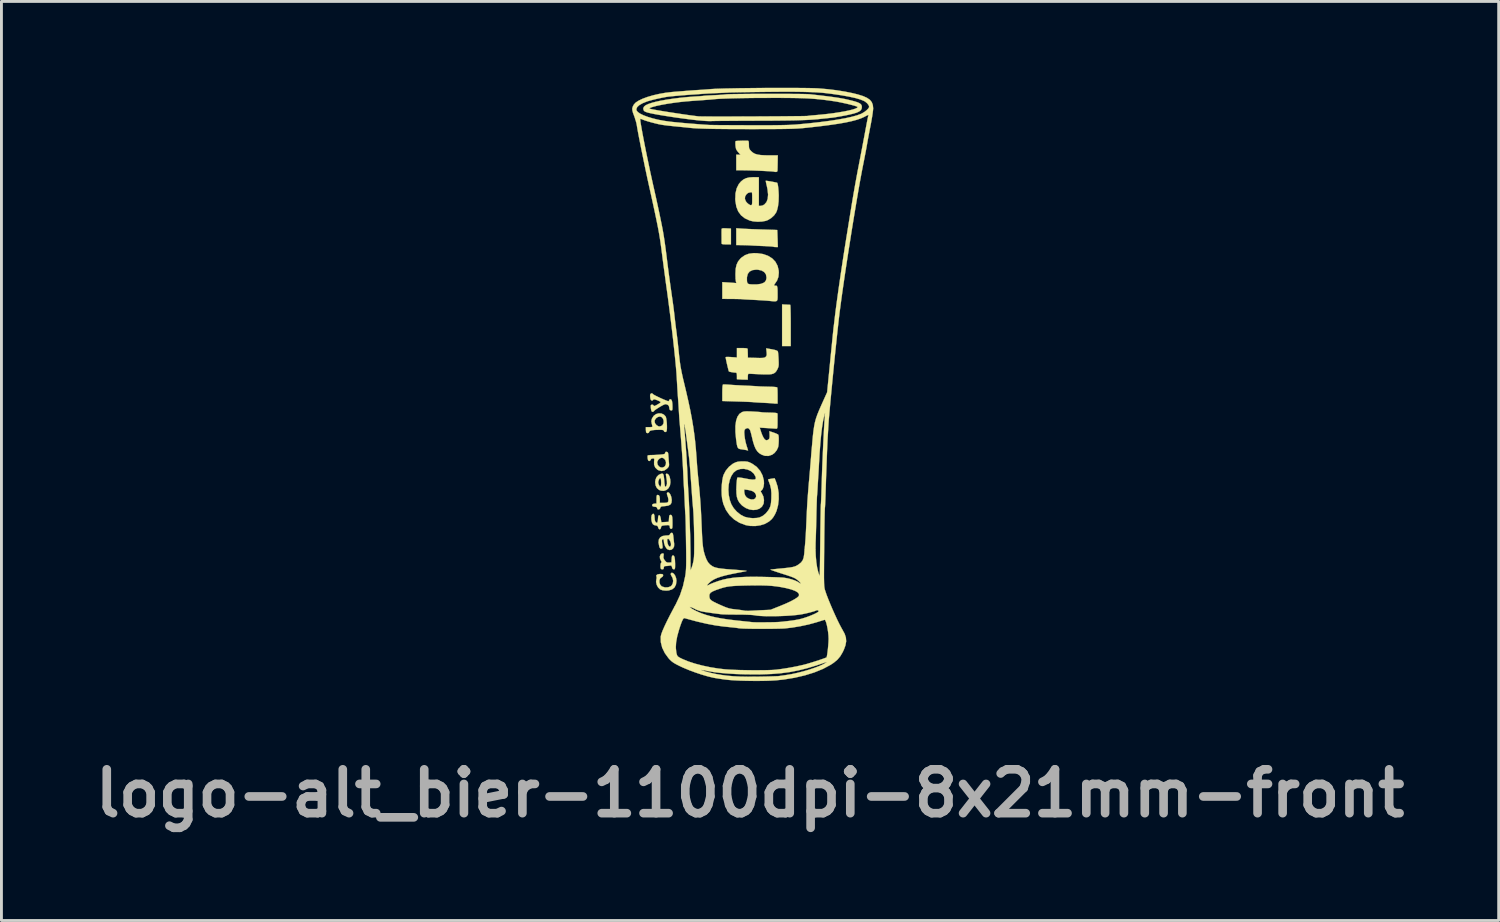
<source format=kicad_pcb>
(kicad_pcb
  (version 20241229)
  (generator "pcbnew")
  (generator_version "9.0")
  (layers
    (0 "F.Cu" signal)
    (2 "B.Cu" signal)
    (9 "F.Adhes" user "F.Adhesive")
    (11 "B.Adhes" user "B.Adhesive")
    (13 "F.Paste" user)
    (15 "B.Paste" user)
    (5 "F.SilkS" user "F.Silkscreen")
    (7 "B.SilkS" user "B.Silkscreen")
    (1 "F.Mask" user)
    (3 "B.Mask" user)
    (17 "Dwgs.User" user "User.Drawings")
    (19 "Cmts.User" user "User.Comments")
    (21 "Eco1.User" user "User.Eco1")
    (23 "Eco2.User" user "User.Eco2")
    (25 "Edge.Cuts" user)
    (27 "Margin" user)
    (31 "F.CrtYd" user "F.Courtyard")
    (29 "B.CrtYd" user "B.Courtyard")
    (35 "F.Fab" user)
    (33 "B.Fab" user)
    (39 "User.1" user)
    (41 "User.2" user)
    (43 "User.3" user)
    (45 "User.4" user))
  (footprint "logo-alt_bier-1100dpi-8x21mm-front"
    (layer "F.Cu")
    (at 23.087 10.291)
    (property "Reference" "logo-alt_bier-1100dpi-8x21mm-front" (at -0.075 14.225 0) (layer "F.Fab") (effects (font (size 1.524 1.524) (thickness 0.3))))
    (attr through_hole)
    (fp_poly (pts (xy 1.172 -2.757) (xy 1.247 -2.754) (xy 1.302 -2.751) (xy 1.322 -2.75) (xy 1.326 -2.727) (xy 1.33 -2.664) (xy 1.333 -2.565) (xy 1.336 -2.438) (xy 1.338 -2.286) (xy 1.339 -2.116) (xy 1.339 -2.032) (xy 1.339 -1.316) (xy 1.039 -1.316) (xy 1.039 -2.763) (xy 1.172 -2.757)) (stroke (width 0.01) (type solid)) (fill yes) (layer "F.SilkS"))
    (fp_poly (pts (xy -0.901 -5.407) (xy -0.739 -5.399) (xy -0.739 -4.849) (xy -0.901 -4.849) (xy -0.995 -4.852) (xy -1.048 -4.862) (xy -1.063 -4.878) (xy -1.064 -4.924) (xy -1.064 -5) (xy -1.064 -5.093) (xy -1.065 -5.191) (xy -1.065 -5.279) (xy -1.064 -5.347) (xy -1.064 -5.38) (xy -1.055 -5.398) (xy -1.023 -5.408) (xy -0.96 -5.409) (xy -0.901 -5.407)) (stroke (width 0.01) (type solid)) (fill yes) (layer "F.SilkS"))
    (fp_poly (pts (xy -0.341 -5.395) (xy -0.251 -5.39) (xy -0.125 -5.384) (xy 0.024 -5.377) (xy 0.186 -5.372) (xy 0.35 -5.366) (xy 0.369 -5.366) (xy 0.515 -5.361) (xy 0.645 -5.357) (xy 0.751 -5.354) (xy 0.827 -5.351) (xy 0.865 -5.349) (xy 0.869 -5.349) (xy 0.871 -5.326) (xy 0.874 -5.266) (xy 0.877 -5.177) (xy 0.881 -5.068) (xy 0.882 -5.051) (xy 0.891 -4.757) (xy 0.819 -4.757) (xy 0.765 -4.76) (xy 0.736 -4.767) (xy 0.736 -4.767) (xy 0.71 -4.772) (xy 0.647 -4.778) (xy 0.554 -4.784) (xy 0.44 -4.79) (xy 0.38 -4.792) (xy 0.247 -4.798) (xy 0.121 -4.804) (xy 0.013 -4.809) (xy -0.064 -4.814) (xy -0.081 -4.815) (xy -0.164 -4.819) (xy -0.27 -4.822) (xy -0.375 -4.824) (xy -0.554 -4.826) (xy -0.554 -5.41) (xy -0.341 -5.395)) (stroke (width 0.01) (type solid)) (fill yes) (layer "F.SilkS"))
    (fp_poly (pts (xy -2.778 6.562) (xy -2.725 6.593) (xy -2.679 6.658) (xy -2.646 6.743) (xy -2.632 6.835) (xy -2.632 6.839) (xy -2.649 6.971) (xy -2.7 7.071) (xy -2.785 7.139) (xy -2.902 7.175) (xy -2.99 7.181) (xy -3.109 7.171) (xy -3.195 7.141) (xy -3.201 7.137) (xy -3.27 7.071) (xy -3.318 6.98) (xy -3.34 6.881) (xy -3.332 6.802) (xy -3.32 6.741) (xy -3.325 6.697) (xy -3.327 6.694) (xy -3.333 6.653) (xy -3.299 6.622) (xy -3.231 6.606) (xy -3.195 6.604) (xy -3.131 6.607) (xy -3.102 6.62) (xy -3.094 6.649) (xy -3.094 6.651) (xy -3.115 6.697) (xy -3.15 6.719) (xy -3.199 6.759) (xy -3.223 6.824) (xy -3.223 6.899) (xy -3.199 6.972) (xy -3.152 7.027) (xy -3.133 7.039) (xy -3.034 7.069) (xy -2.932 7.068) (xy -2.842 7.038) (xy -2.804 7.009) (xy -2.76 6.935) (xy -2.746 6.843) (xy -2.763 6.749) (xy -2.796 6.687) (xy -2.827 6.631) (xy -2.828 6.586) (xy -2.802 6.562) (xy -2.778 6.562)) (stroke (width 0.01) (type solid)) (fill yes) (layer "F.SilkS"))
    (fp_poly (pts (xy -2.88 3.79) (xy -2.843 3.844) (xy -2.814 3.92) (xy -2.798 4.009) (xy -2.796 4.044) (xy -2.806 4.131) (xy -2.845 4.191) (xy -2.916 4.227) (xy -3.027 4.244) (xy -3.032 4.244) (xy -3.115 4.251) (xy -3.162 4.262) (xy -3.184 4.279) (xy -3.191 4.303) (xy -3.212 4.343) (xy -3.248 4.362) (xy -3.283 4.357) (xy -3.302 4.326) (xy -3.302 4.321) (xy -3.312 4.289) (xy -3.349 4.272) (xy -3.389 4.267) (xy -3.448 4.257) (xy -3.472 4.235) (xy -3.475 4.214) (xy -3.463 4.179) (xy -3.42 4.163) (xy -3.4 4.161) (xy -3.325 4.153) (xy -3.325 4.005) (xy -3.323 3.924) (xy -3.317 3.879) (xy -3.302 3.86) (xy -3.281 3.856) (xy -3.243 3.868) (xy -3.22 3.91) (xy -3.21 3.986) (xy -3.21 4.031) (xy -3.21 4.133) (xy -3.096 4.133) (xy -3.022 4.131) (xy -2.963 4.124) (xy -2.946 4.119) (xy -2.918 4.086) (xy -2.911 4.022) (xy -2.926 3.939) (xy -2.945 3.886) (xy -2.965 3.818) (xy -2.958 3.78) (xy -2.956 3.778) (xy -2.919 3.765) (xy -2.88 3.79)) (stroke (width 0.01) (type solid)) (fill yes) (layer "F.SilkS"))
    (fp_poly (pts (xy -3.094 3.133) (xy -3.076 3.184) (xy -3.064 3.274) (xy -3.058 3.348) (xy -3.05 3.445) (xy -3.039 3.522) (xy -3.029 3.569) (xy -3.023 3.579) (xy -2.998 3.561) (xy -2.977 3.53) (xy -2.962 3.472) (xy -2.964 3.379) (xy -2.982 3.249) (xy -2.993 3.19) (xy -3 3.139) (xy -2.988 3.12) (xy -2.953 3.121) (xy -2.908 3.15) (xy -2.872 3.217) (xy -2.849 3.315) (xy -2.842 3.413) (xy -2.858 3.528) (xy -2.907 3.62) (xy -2.98 3.684) (xy -3.07 3.715) (xy -3.171 3.708) (xy -3.238 3.681) (xy -3.311 3.618) (xy -3.355 3.53) (xy -3.371 3.429) (xy -3.368 3.397) (xy -3.266 3.397) (xy -3.264 3.447) (xy -3.246 3.498) (xy -3.214 3.56) (xy -3.189 3.576) (xy -3.173 3.547) (xy -3.164 3.475) (xy -3.163 3.43) (xy -3.168 3.335) (xy -3.181 3.281) (xy -3.202 3.269) (xy -3.229 3.302) (xy -3.245 3.335) (xy -3.266 3.397) (xy -3.368 3.397) (xy -3.36 3.327) (xy -3.322 3.235) (xy -3.256 3.165) (xy -3.233 3.152) (xy -3.168 3.122) (xy -3.123 3.113) (xy -3.094 3.133)) (stroke (width 0.01) (type solid)) (fill yes) (layer "F.SilkS"))
    (fp_poly (pts (xy -3.082 5.894) (xy -3.075 5.922) (xy -3.081 5.971) (xy -3.086 6.034) (xy -3.067 6.088) (xy -3.036 6.134) (xy -2.99 6.185) (xy -2.948 6.206) (xy -2.89 6.207) (xy -2.806 6.2) (xy -2.799 6.079) (xy -2.792 6.006) (xy -2.778 5.969) (xy -2.755 5.958) (xy -2.75 5.957) (xy -2.719 5.974) (xy -2.698 6.024) (xy -2.685 6.113) (xy -2.679 6.243) (xy -2.679 6.287) (xy -2.68 6.37) (xy -2.686 6.416) (xy -2.699 6.437) (xy -2.724 6.442) (xy -2.725 6.442) (xy -2.764 6.427) (xy -2.785 6.375) (xy -2.786 6.371) (xy -2.801 6.322) (xy -2.828 6.308) (xy -2.869 6.313) (xy -2.945 6.324) (xy -3.005 6.327) (xy -3.053 6.334) (xy -3.07 6.363) (xy -3.071 6.385) (xy -3.083 6.431) (xy -3.113 6.442) (xy -3.157 6.435) (xy -3.171 6.427) (xy -3.183 6.392) (xy -3.187 6.335) (xy -3.183 6.272) (xy -3.172 6.223) (xy -3.159 6.206) (xy -3.147 6.187) (xy -3.169 6.143) (xy -3.171 6.141) (xy -3.204 6.067) (xy -3.209 5.994) (xy -3.188 5.932) (xy -3.144 5.895) (xy -3.11 5.888) (xy -3.082 5.894)) (stroke (width 0.01) (type solid)) (fill yes) (layer "F.SilkS"))
    (fp_poly (pts (xy -0.914 0.019) (xy -0.827 0.024) (xy -0.803 0.026) (xy -0.713 0.033) (xy -0.59 0.041) (xy -0.449 0.048) (xy -0.302 0.056) (xy -0.245 0.058) (xy -0.113 0.064) (xy 0.007 0.07) (xy 0.106 0.076) (xy 0.175 0.08) (xy 0.196 0.082) (xy 0.246 0.086) (xy 0.33 0.089) (xy 0.437 0.092) (xy 0.555 0.095) (xy 0.561 0.095) (xy 0.673 0.098) (xy 0.767 0.103) (xy 0.836 0.111) (xy 0.868 0.119) (xy 0.869 0.12) (xy 0.874 0.151) (xy 0.879 0.218) (xy 0.881 0.31) (xy 0.882 0.412) (xy 0.882 0.681) (xy 0.823 0.684) (xy 0.776 0.683) (xy 0.756 0.679) (xy 0.732 0.676) (xy 0.67 0.671) (xy 0.579 0.665) (xy 0.467 0.659) (xy 0.427 0.657) (xy 0.304 0.651) (xy 0.195 0.645) (xy 0.108 0.639) (xy 0.054 0.635) (xy 0.047 0.634) (xy 0.008 0.63) (xy -0.07 0.626) (xy -0.178 0.621) (xy -0.311 0.616) (xy -0.459 0.611) (xy -0.524 0.609) (xy -1.039 0.593) (xy -1.039 0.31) (xy -1.037 0.175) (xy -1.031 0.08) (xy -1.021 0.028) (xy -1.014 0.019) (xy -0.98 0.017) (xy -0.914 0.019)) (stroke (width 0.01) (type solid)) (fill yes) (layer "F.SilkS"))
    (fp_poly (pts (xy -0.165 -8.453) (xy -0.156 -8.453) (xy -0.133 -8.445) (xy -0.121 -8.416) (xy -0.116 -8.357) (xy -0.115 -8.31) (xy -0.113 -8.229) (xy -0.102 -8.175) (xy -0.074 -8.131) (xy -0.029 -8.082) (xy 0.031 -8.032) (xy 0.1 -7.995) (xy 0.187 -7.97) (xy 0.298 -7.953) (xy 0.442 -7.945) (xy 0.596 -7.943) (xy 0.889 -7.943) (xy 0.885 -7.707) (xy 0.883 -7.601) (xy 0.881 -7.508) (xy 0.879 -7.441) (xy 0.879 -7.418) (xy 0.865 -7.377) (xy 0.824 -7.366) (xy 0.778 -7.37) (xy 0.76 -7.375) (xy 0.734 -7.38) (xy 0.67 -7.386) (xy 0.574 -7.392) (xy 0.456 -7.398) (xy 0.321 -7.405) (xy 0.179 -7.411) (xy 0.036 -7.416) (xy -0.1 -7.42) (xy -0.221 -7.423) (xy -0.318 -7.424) (xy -0.554 -7.424) (xy -0.554 -7.695) (xy -0.554 -7.966) (xy -0.407 -7.966) (xy -0.466 -8.03) (xy -0.515 -8.088) (xy -0.552 -8.145) (xy -0.554 -8.148) (xy -0.568 -8.195) (xy -0.579 -8.264) (xy -0.584 -8.338) (xy -0.584 -8.401) (xy -0.576 -8.437) (xy -0.575 -8.438) (xy -0.55 -8.443) (xy -0.491 -8.447) (xy -0.41 -8.45) (xy -0.321 -8.453) (xy -0.235 -8.454) (xy -0.165 -8.453)) (stroke (width 0.01) (type solid)) (fill yes) (layer "F.SilkS"))
    (fp_poly (pts (xy -2.773 5.179) (xy -2.757 5.204) (xy -2.746 5.259) (xy -2.739 5.317) (xy -2.729 5.412) (xy -2.718 5.505) (xy -2.712 5.554) (xy -2.715 5.643) (xy -2.748 5.713) (xy -2.802 5.758) (xy -2.868 5.772) (xy -2.937 5.75) (xy -2.975 5.719) (xy -3.028 5.636) (xy -3.062 5.53) (xy -3.071 5.445) (xy -3.075 5.418) (xy -2.954 5.418) (xy -2.95 5.481) (xy -2.95 5.484) (xy -2.933 5.563) (xy -2.906 5.621) (xy -2.875 5.652) (xy -2.846 5.651) (xy -2.826 5.614) (xy -2.822 5.594) (xy -2.825 5.536) (xy -2.847 5.47) (xy -2.878 5.414) (xy -2.913 5.382) (xy -2.923 5.38) (xy -2.946 5.388) (xy -2.954 5.418) (xy -3.075 5.418) (xy -3.077 5.401) (xy -3.1 5.393) (xy -3.109 5.396) (xy -3.131 5.414) (xy -3.137 5.454) (xy -3.132 5.516) (xy -3.122 5.592) (xy -3.114 5.654) (xy -3.112 5.669) (xy -3.122 5.709) (xy -3.156 5.722) (xy -3.192 5.718) (xy -3.216 5.687) (xy -3.231 5.641) (xy -3.255 5.508) (xy -3.243 5.404) (xy -3.196 5.33) (xy -3.113 5.284) (xy -2.993 5.265) (xy -2.966 5.265) (xy -2.901 5.26) (xy -2.868 5.243) (xy -2.857 5.219) (xy -2.827 5.18) (xy -2.799 5.172) (xy -2.773 5.179)) (stroke (width 0.01) (type solid)) (fill yes) (layer "F.SilkS"))
    (fp_poly (pts (xy -3.416 4.522) (xy -3.398 4.574) (xy -3.394 4.633) (xy -3.385 4.73) (xy -3.361 4.796) (xy -3.322 4.825) (xy -3.314 4.826) (xy -3.293 4.811) (xy -3.28 4.76) (xy -3.274 4.693) (xy -3.267 4.613) (xy -3.253 4.572) (xy -3.233 4.56) (xy -3.207 4.58) (xy -3.185 4.641) (xy -3.177 4.683) (xy -3.157 4.805) (xy -3.027 4.798) (xy -2.898 4.791) (xy -2.891 4.67) (xy -2.884 4.598) (xy -2.871 4.561) (xy -2.847 4.549) (xy -2.841 4.549) (xy -2.811 4.555) (xy -2.791 4.579) (xy -2.779 4.628) (xy -2.773 4.709) (xy -2.771 4.828) (xy -2.772 4.926) (xy -2.775 4.987) (xy -2.784 5.019) (xy -2.799 5.032) (xy -2.817 5.034) (xy -2.854 5.02) (xy -2.863 4.977) (xy -2.868 4.935) (xy -2.887 4.912) (xy -2.93 4.904) (xy -3.008 4.909) (xy -3.031 4.911) (xy -3.105 4.921) (xy -3.145 4.934) (xy -3.163 4.958) (xy -3.168 4.985) (xy -3.187 5.038) (xy -3.22 5.053) (xy -3.252 5.028) (xy -3.267 4.989) (xy -3.286 4.938) (xy -3.322 4.92) (xy -3.346 4.918) (xy -3.41 4.902) (xy -3.452 4.872) (xy -3.483 4.814) (xy -3.501 4.732) (xy -3.506 4.644) (xy -3.495 4.57) (xy -3.481 4.54) (xy -3.444 4.509) (xy -3.416 4.522)) (stroke (width 0.01) (type solid)) (fill yes) (layer "F.SilkS"))
    (fp_poly (pts (xy -3.154 1.027) (xy -3.069 1.066) (xy -3.01 1.128) (xy -2.992 1.177) (xy -2.978 1.256) (xy -2.968 1.353) (xy -2.963 1.453) (xy -2.963 1.546) (xy -2.97 1.618) (xy -2.982 1.655) (xy -3.019 1.672) (xy -3.056 1.658) (xy -3.071 1.625) (xy -3.084 1.607) (xy -3.127 1.597) (xy -3.208 1.593) (xy -3.218 1.593) (xy -3.372 1.597) (xy -3.483 1.609) (xy -3.551 1.63) (xy -3.578 1.659) (xy -3.579 1.666) (xy -3.597 1.699) (xy -3.637 1.71) (xy -3.678 1.695) (xy -3.679 1.693) (xy -3.689 1.662) (xy -3.694 1.604) (xy -3.695 1.589) (xy -3.695 1.501) (xy -3.576 1.501) (xy -3.508 1.499) (xy -3.475 1.492) (xy -3.468 1.472) (xy -3.473 1.449) (xy -3.496 1.355) (xy -3.5 1.305) (xy -3.394 1.305) (xy -3.374 1.371) (xy -3.325 1.431) (xy -3.26 1.471) (xy -3.222 1.478) (xy -3.162 1.462) (xy -3.117 1.432) (xy -3.081 1.366) (xy -3.076 1.286) (xy -3.099 1.208) (xy -3.149 1.15) (xy -3.15 1.149) (xy -3.212 1.132) (xy -3.28 1.149) (xy -3.341 1.192) (xy -3.383 1.253) (xy -3.394 1.305) (xy -3.5 1.305) (xy -3.502 1.286) (xy -3.491 1.226) (xy -3.479 1.194) (xy -3.421 1.106) (xy -3.341 1.048) (xy -3.249 1.021) (xy -3.154 1.027)) (stroke (width 0.01) (type solid)) (fill yes) (layer "F.SilkS"))
    (fp_poly (pts (xy -2.941 2.37) (xy -2.924 2.399) (xy -2.915 2.459) (xy -2.914 2.482) (xy -2.907 2.576) (xy -2.899 2.682) (xy -2.894 2.731) (xy -2.889 2.808) (xy -2.895 2.857) (xy -2.919 2.897) (xy -2.963 2.944) (xy -3.054 3.008) (xy -3.153 3.026) (xy -3.256 2.999) (xy -3.294 2.978) (xy -3.371 2.903) (xy -3.409 2.804) (xy -3.409 2.731) (xy -3.302 2.731) (xy -3.284 2.809) (xy -3.239 2.868) (xy -3.176 2.901) (xy -3.107 2.904) (xy -3.044 2.871) (xy -3.035 2.862) (xy -3 2.795) (xy -2.996 2.719) (xy -3.019 2.647) (xy -3.064 2.591) (xy -3.127 2.564) (xy -3.14 2.563) (xy -3.206 2.583) (xy -3.264 2.634) (xy -3.298 2.701) (xy -3.302 2.731) (xy -3.409 2.731) (xy -3.409 2.689) (xy -3.402 2.626) (xy -3.408 2.596) (xy -3.432 2.587) (xy -3.455 2.586) (xy -3.508 2.602) (xy -3.526 2.632) (xy -3.553 2.67) (xy -3.579 2.679) (xy -3.61 2.664) (xy -3.628 2.615) (xy -3.631 2.592) (xy -3.636 2.531) (xy -3.634 2.492) (xy -3.632 2.488) (xy -3.606 2.478) (xy -3.548 2.472) (xy -3.5 2.471) (xy -3.413 2.469) (xy -3.305 2.463) (xy -3.202 2.456) (xy -3.111 2.447) (xy -3.058 2.436) (xy -3.032 2.422) (xy -3.025 2.4) (xy -3.025 2.396) (xy -3.013 2.363) (xy -2.973 2.359) (xy -2.941 2.37)) (stroke (width 0.01) (type solid)) (fill yes) (layer "F.SilkS"))
    (fp_poly (pts (xy -3.47 0.331) (xy -3.447 0.355) (xy -3.421 0.374) (xy -3.362 0.406) (xy -3.281 0.446) (xy -3.189 0.49) (xy -3.095 0.532) (xy -3.011 0.567) (xy -2.945 0.592) (xy -2.911 0.6) (xy -2.889 0.582) (xy -2.886 0.566) (xy -2.867 0.537) (xy -2.843 0.531) (xy -2.809 0.548) (xy -2.786 0.601) (xy -2.774 0.694) (xy -2.771 0.801) (xy -2.772 0.873) (xy -2.78 0.91) (xy -2.799 0.921) (xy -2.823 0.919) (xy -2.86 0.904) (xy -2.877 0.864) (xy -2.882 0.828) (xy -2.895 0.765) (xy -2.929 0.729) (xy -2.956 0.716) (xy -2.991 0.704) (xy -3.025 0.704) (xy -3.069 0.72) (xy -3.134 0.753) (xy -3.211 0.797) (xy -3.294 0.849) (xy -3.361 0.894) (xy -3.402 0.928) (xy -3.41 0.939) (xy -3.441 0.966) (xy -3.463 0.97) (xy -3.491 0.957) (xy -3.509 0.914) (xy -3.518 0.864) (xy -3.524 0.796) (xy -3.523 0.747) (xy -3.52 0.737) (xy -3.486 0.717) (xy -3.445 0.727) (xy -3.426 0.75) (xy -3.411 0.766) (xy -3.381 0.762) (xy -3.326 0.735) (xy -3.305 0.723) (xy -3.228 0.678) (xy -3.189 0.647) (xy -3.186 0.625) (xy -3.218 0.603) (xy -3.268 0.579) (xy -3.36 0.543) (xy -3.417 0.533) (xy -3.44 0.547) (xy -3.441 0.554) (xy -3.46 0.573) (xy -3.484 0.577) (xy -3.516 0.564) (xy -3.535 0.519) (xy -3.541 0.487) (xy -3.548 0.419) (xy -3.544 0.367) (xy -3.542 0.36) (xy -3.511 0.327) (xy -3.47 0.331)) (stroke (width 0.01) (type solid)) (fill yes) (layer "F.SilkS"))
    (fp_poly (pts (xy -0.244 -1.244) (xy -0.184 -1.236) (xy -0.16 -1.221) (xy -0.159 -1.218) (xy -0.157 -1.181) (xy -0.155 -1.113) (xy -0.153 -1.051) (xy -0.15 -0.912) (xy 0.135 -0.905) (xy 0.257 -0.902) (xy 0.342 -0.903) (xy 0.399 -0.909) (xy 0.436 -0.919) (xy 0.462 -0.935) (xy 0.467 -0.939) (xy 0.493 -0.971) (xy 0.505 -1.012) (xy 0.503 -1.078) (xy 0.5 -1.11) (xy 0.487 -1.238) (xy 0.681 -1.204) (xy 0.794 -1.18) (xy 0.863 -1.156) (xy 0.89 -1.133) (xy 0.898 -1.096) (xy 0.905 -1.024) (xy 0.912 -0.929) (xy 0.916 -0.854) (xy 0.92 -0.742) (xy 0.92 -0.664) (xy 0.913 -0.607) (xy 0.897 -0.558) (xy 0.874 -0.508) (xy 0.835 -0.441) (xy 0.792 -0.393) (xy 0.738 -0.36) (xy 0.666 -0.34) (xy 0.569 -0.331) (xy 0.438 -0.331) (xy 0.312 -0.335) (xy 0.185 -0.341) (xy 0.071 -0.346) (xy -0.02 -0.351) (xy -0.079 -0.354) (xy -0.092 -0.354) (xy -0.128 -0.352) (xy -0.145 -0.333) (xy -0.152 -0.283) (xy -0.152 -0.254) (xy -0.155 -0.15) (xy -0.245 -0.15) (xy -0.33 -0.152) (xy -0.422 -0.156) (xy -0.433 -0.157) (xy -0.531 -0.164) (xy -0.531 -0.278) (xy -0.534 -0.348) (xy -0.546 -0.383) (xy -0.57 -0.393) (xy -0.572 -0.393) (xy -0.639 -0.398) (xy -0.712 -0.409) (xy -0.774 -0.421) (xy -0.809 -0.434) (xy -0.81 -0.435) (xy -0.819 -0.461) (xy -0.835 -0.521) (xy -0.855 -0.603) (xy -0.877 -0.695) (xy -0.897 -0.786) (xy -0.913 -0.863) (xy -0.922 -0.916) (xy -0.924 -0.93) (xy -0.902 -0.937) (xy -0.846 -0.939) (xy -0.764 -0.936) (xy -0.727 -0.933) (xy -0.531 -0.919) (xy -0.531 -1.247) (xy -0.346 -1.247) (xy -0.244 -1.244)) (stroke (width 0.01) (type solid)) (fill yes) (layer "F.SilkS"))
    (fp_poly (pts (xy 0.156 -7.184) (xy 0.231 -7.181) (xy 0.231 -6.188) (xy 0.297 -6.188) (xy 0.364 -6.203) (xy 0.421 -6.234) (xy 0.496 -6.319) (xy 0.539 -6.434) (xy 0.552 -6.579) (xy 0.533 -6.757) (xy 0.51 -6.869) (xy 0.49 -6.955) (xy 0.476 -7.021) (xy 0.471 -7.056) (xy 0.471 -7.06) (xy 0.495 -7.059) (xy 0.551 -7.051) (xy 0.626 -7.039) (xy 0.709 -7.024) (xy 0.785 -7.009) (xy 0.843 -6.997) (xy 0.869 -6.99) (xy 0.869 -6.989) (xy 0.882 -6.955) (xy 0.896 -6.885) (xy 0.907 -6.789) (xy 0.916 -6.678) (xy 0.922 -6.562) (xy 0.922 -6.548) (xy 0.917 -6.349) (xy 0.896 -6.172) (xy 0.86 -6.026) (xy 0.83 -5.955) (xy 0.759 -5.855) (xy 0.657 -5.763) (xy 0.54 -5.693) (xy 0.476 -5.668) (xy 0.341 -5.643) (xy 0.187 -5.636) (xy 0.036 -5.649) (xy -0.085 -5.677) (xy -0.254 -5.755) (xy -0.387 -5.86) (xy -0.486 -5.994) (xy -0.551 -6.158) (xy -0.584 -6.355) (xy -0.588 -6.408) (xy -0.587 -6.429) (xy -0.254 -6.429) (xy -0.218 -6.341) (xy -0.175 -6.29) (xy -0.119 -6.243) (xy -0.066 -6.215) (xy -0.048 -6.211) (xy -0.027 -6.214) (xy -0.012 -6.228) (xy -0.004 -6.261) (xy -0.001 -6.321) (xy -0.000017 -6.418) (xy 0 -6.445) (xy -0.001 -6.551) (xy -0.004 -6.618) (xy -0.011 -6.654) (xy -0.023 -6.666) (xy -0.037 -6.664) (xy -0.089 -6.651) (xy -0.107 -6.65) (xy -0.145 -6.635) (xy -0.193 -6.598) (xy -0.197 -6.594) (xy -0.247 -6.515) (xy -0.254 -6.429) (xy -0.587 -6.429) (xy -0.581 -6.619) (xy -0.539 -6.799) (xy -0.463 -6.949) (xy -0.389 -7.036) (xy -0.305 -7.103) (xy -0.213 -7.149) (xy -0.103 -7.175) (xy 0.036 -7.185) (xy 0.156 -7.184)) (stroke (width 0.01) (type solid)) (fill yes) (layer "F.SilkS"))
    (fp_poly (pts (xy 0.171 -4.543) (xy 0.374 -4.514) (xy 0.549 -4.453) (xy 0.694 -4.363) (xy 0.806 -4.246) (xy 0.882 -4.104) (xy 0.92 -3.941) (xy 0.924 -3.867) (xy 0.91 -3.72) (xy 0.864 -3.595) (xy 0.804 -3.504) (xy 0.766 -3.449) (xy 0.763 -3.42) (xy 0.795 -3.413) (xy 0.824 -3.415) (xy 0.849 -3.411) (xy 0.866 -3.386) (xy 0.876 -3.335) (xy 0.881 -3.25) (xy 0.882 -3.126) (xy 0.882 -3.12) (xy 0.882 -3.012) (xy 0.878 -2.939) (xy 0.862 -2.894) (xy 0.828 -2.874) (xy 0.767 -2.87) (xy 0.673 -2.878) (xy 0.589 -2.887) (xy 0.497 -2.895) (xy 0.374 -2.903) (xy 0.233 -2.912) (xy 0.089 -2.92) (xy 0.046 -2.922) (xy -0.08 -2.928) (xy -0.191 -2.934) (xy -0.279 -2.939) (xy -0.334 -2.944) (xy -0.346 -2.945) (xy -0.381 -2.948) (xy -0.453 -2.95) (xy -0.552 -2.952) (xy -0.669 -2.954) (xy -0.71 -2.954) (xy -1.039 -2.956) (xy -1.039 -3.538) (xy -0.794 -3.522) (xy -0.55 -3.505) (xy -0.566 -3.556) (xy -0.573 -3.601) (xy -0.578 -3.667) (xy -0.184 -3.667) (xy -0.182 -3.57) (xy -0.169 -3.511) (xy -0.138 -3.478) (xy -0.082 -3.464) (xy -0.015 -3.459) (xy 0.166 -3.459) (xy 0.305 -3.478) (xy 0.404 -3.518) (xy 0.437 -3.543) (xy 0.479 -3.601) (xy 0.495 -3.671) (xy 0.496 -3.704) (xy 0.477 -3.808) (xy 0.418 -3.888) (xy 0.325 -3.942) (xy 0.199 -3.969) (xy 0.138 -3.972) (xy 0.008 -3.955) (xy -0.089 -3.907) (xy -0.153 -3.826) (xy -0.182 -3.715) (xy -0.184 -3.667) (xy -0.578 -3.667) (xy -0.579 -3.679) (xy -0.582 -3.777) (xy -0.582 -3.831) (xy -0.574 -4.003) (xy -0.544 -4.141) (xy -0.491 -4.255) (xy -0.41 -4.355) (xy -0.374 -4.389) (xy -0.253 -4.473) (xy -0.116 -4.524) (xy 0.046 -4.545) (xy 0.171 -4.543)) (stroke (width 0.01) (type solid)) (fill yes) (layer "F.SilkS"))
    (fp_poly (pts (xy -0.067 0.955) (xy 0.021 0.959) (xy 0.132 0.966) (xy 0.226 0.972) (xy 0.293 0.978) (xy 0.324 0.983) (xy 0.325 0.983) (xy 0.352 0.987) (xy 0.416 0.99) (xy 0.506 0.994) (xy 0.608 0.996) (xy 0.726 1) (xy 0.804 1.005) (xy 0.851 1.013) (xy 0.874 1.024) (xy 0.879 1.038) (xy 0.88 1.075) (xy 0.88 1.147) (xy 0.88 1.242) (xy 0.88 1.316) (xy 0.879 1.425) (xy 0.876 1.495) (xy 0.869 1.535) (xy 0.857 1.552) (xy 0.839 1.555) (xy 0.839 1.555) (xy 0.8 1.552) (xy 0.727 1.547) (xy 0.629 1.541) (xy 0.529 1.534) (xy 0.26 1.518) (xy 0.316 1.689) (xy 0.35 1.779) (xy 0.389 1.859) (xy 0.424 1.912) (xy 0.427 1.915) (xy 0.471 1.952) (xy 0.508 1.957) (xy 0.542 1.944) (xy 0.577 1.922) (xy 0.597 1.888) (xy 0.605 1.831) (xy 0.603 1.741) (xy 0.602 1.727) (xy 0.598 1.642) (xy 0.744 1.69) (xy 0.821 1.719) (xy 0.879 1.746) (xy 0.906 1.764) (xy 0.916 1.804) (xy 0.922 1.876) (xy 0.922 1.966) (xy 0.918 2.061) (xy 0.91 2.145) (xy 0.9 2.199) (xy 0.852 2.303) (xy 0.776 2.397) (xy 0.692 2.459) (xy 0.567 2.501) (xy 0.442 2.498) (xy 0.329 2.458) (xy 0.247 2.408) (xy 0.18 2.344) (xy 0.123 2.259) (xy 0.074 2.147) (xy 0.029 2.002) (xy -0.011 1.836) (xy -0.033 1.745) (xy -0.055 1.664) (xy -0.072 1.611) (xy -0.113 1.552) (xy -0.168 1.532) (xy -0.227 1.556) (xy -0.235 1.562) (xy -0.259 1.589) (xy -0.272 1.624) (xy -0.276 1.678) (xy -0.271 1.764) (xy -0.27 1.778) (xy -0.256 1.89) (xy -0.231 2.018) (xy -0.2 2.132) (xy -0.142 2.313) (xy -0.192 2.301) (xy -0.244 2.291) (xy -0.32 2.279) (xy -0.365 2.273) (xy -0.424 2.263) (xy -0.467 2.248) (xy -0.496 2.22) (xy -0.518 2.172) (xy -0.535 2.096) (xy -0.551 1.984) (xy -0.56 1.923) (xy -0.583 1.674) (xy -0.584 1.461) (xy -0.56 1.283) (xy -0.514 1.143) (xy -0.445 1.041) (xy -0.353 0.978) (xy -0.307 0.963) (xy -0.25 0.954) (xy -0.173 0.952) (xy -0.067 0.955)) (stroke (width 0.01) (type solid)) (fill yes) (layer "F.SilkS"))
    (fp_poly (pts (xy -0.236 2.693) (xy -0.164 2.701) (xy -0.1 2.722) (xy -0.025 2.758) (xy -0.004 2.769) (xy 0.153 2.879) (xy 0.275 3.018) (xy 0.361 3.183) (xy 0.405 3.36) (xy 0.409 3.464) (xy 0.395 3.564) (xy 0.367 3.646) (xy 0.329 3.696) (xy 0.325 3.699) (xy 0.301 3.718) (xy 0.299 3.741) (xy 0.322 3.782) (xy 0.337 3.804) (xy 0.388 3.912) (xy 0.409 4.035) (xy 0.398 4.151) (xy 0.393 4.166) (xy 0.339 4.263) (xy 0.256 4.331) (xy 0.152 4.37) (xy 0.032 4.381) (xy -0.094 4.362) (xy -0.22 4.313) (xy -0.339 4.234) (xy -0.372 4.204) (xy -0.446 4.121) (xy -0.498 4.031) (xy -0.532 3.927) (xy -0.548 3.798) (xy -0.549 3.739) (xy -0.277 3.739) (xy -0.266 3.814) (xy -0.241 3.882) (xy -0.189 3.945) (xy -0.114 3.99) (xy -0.032 4.014) (xy 0.046 4.011) (xy 0.102 3.982) (xy 0.136 3.92) (xy 0.131 3.849) (xy 0.092 3.782) (xy 0.026 3.731) (xy -0.036 3.708) (xy -0.119 3.688) (xy -0.158 3.681) (xy -0.277 3.666) (xy -0.277 3.739) (xy -0.549 3.739) (xy -0.551 3.637) (xy -0.548 3.548) (xy -0.541 3.439) (xy -0.533 3.347) (xy -0.524 3.282) (xy -0.515 3.254) (xy -0.485 3.25) (xy -0.42 3.255) (xy -0.329 3.268) (xy -0.265 3.281) (xy -0.115 3.309) (xy -0.006 3.324) (xy 0.068 3.325) (xy 0.111 3.31) (xy 0.127 3.28) (xy 0.119 3.233) (xy 0.112 3.212) (xy 0.05 3.109) (xy -0.044 3.029) (xy -0.16 2.975) (xy -0.289 2.949) (xy -0.419 2.956) (xy -0.542 2.998) (xy -0.554 3.004) (xy -0.65 3.083) (xy -0.726 3.197) (xy -0.782 3.338) (xy -0.817 3.5) (xy -0.828 3.674) (xy -0.816 3.854) (xy -0.779 4.032) (xy -0.725 4.182) (xy -0.645 4.315) (xy -0.533 4.44) (xy -0.403 4.544) (xy -0.267 4.615) (xy -0.265 4.616) (xy -0.132 4.65) (xy 0.019 4.664) (xy 0.166 4.656) (xy 0.257 4.638) (xy 0.368 4.584) (xy 0.474 4.497) (xy 0.563 4.386) (xy 0.594 4.333) (xy 0.623 4.269) (xy 0.642 4.206) (xy 0.654 4.128) (xy 0.662 4.024) (xy 0.665 3.967) (xy 0.667 3.792) (xy 0.654 3.648) (xy 0.625 3.521) (xy 0.585 3.411) (xy 0.563 3.356) (xy 0.555 3.321) (xy 0.556 3.316) (xy 0.583 3.308) (xy 0.639 3.298) (xy 0.672 3.292) (xy 0.779 3.277) (xy 0.825 3.388) (xy 0.886 3.578) (xy 0.918 3.788) (xy 0.922 4.004) (xy 0.898 4.215) (xy 0.846 4.409) (xy 0.797 4.52) (xy 0.739 4.62) (xy 0.68 4.696) (xy 0.602 4.765) (xy 0.572 4.788) (xy 0.441 4.862) (xy 0.282 4.912) (xy 0.107 4.937) (xy -0.073 4.933) (xy -0.225 4.906) (xy -0.44 4.825) (xy -0.628 4.709) (xy -0.786 4.559) (xy -0.911 4.38) (xy -1.001 4.174) (xy -1.045 3.992) (xy -1.06 3.848) (xy -1.064 3.686) (xy -1.058 3.519) (xy -1.041 3.362) (xy -1.016 3.228) (xy -0.995 3.16) (xy -0.918 3.013) (xy -0.809 2.881) (xy -0.68 2.778) (xy -0.638 2.754) (xy -0.564 2.72) (xy -0.493 2.701) (xy -0.407 2.693) (xy -0.335 2.691) (xy -0.236 2.693)) (stroke (width 0.01) (type solid)) (fill yes) (layer "F.SilkS"))
    (fp_poly (pts (xy 0.955 -10.08) (xy 1.171 -10.079) (xy 1.374 -10.078) (xy 1.557 -10.077) (xy 1.716 -10.075) (xy 1.846 -10.072) (xy 1.941 -10.069) (xy 1.997 -10.066) (xy 2.318 -10.03) (xy 2.595 -9.997) (xy 2.83 -9.966) (xy 3.024 -9.937) (xy 3.18 -9.909) (xy 3.256 -9.893) (xy 3.431 -9.852) (xy 3.565 -9.817) (xy 3.664 -9.784) (xy 3.733 -9.752) (xy 3.777 -9.718) (xy 3.801 -9.679) (xy 3.81 -9.633) (xy 3.81 -9.617) (xy 3.801 -9.56) (xy 3.772 -9.511) (xy 3.717 -9.468) (xy 3.632 -9.429) (xy 3.513 -9.392) (xy 3.355 -9.355) (xy 3.24 -9.331) (xy 3.107 -9.306) (xy 2.977 -9.283) (xy 2.863 -9.264) (xy 2.778 -9.252) (xy 2.759 -9.25) (xy 2.671 -9.241) (xy 2.557 -9.229) (xy 2.438 -9.217) (xy 2.401 -9.213) (xy 2.279 -9.2) (xy 2.152 -9.189) (xy 2.016 -9.18) (xy 1.869 -9.172) (xy 1.705 -9.166) (xy 1.521 -9.16) (xy 1.311 -9.156) (xy 1.073 -9.153) (xy 0.802 -9.15) (xy 0.494 -9.148) (xy 0.144 -9.147) (xy 0.083 -9.147) (xy -0.173 -9.146) (xy -0.416 -9.145) (xy -0.642 -9.144) (xy -0.848 -9.142) (xy -1.028 -9.141) (xy -1.179 -9.14) (xy -1.296 -9.138) (xy -1.377 -9.137) (xy -1.416 -9.135) (xy -1.418 -9.135) (xy -1.46 -9.133) (xy -1.536 -9.135) (xy -1.635 -9.14) (xy -1.72 -9.146) (xy -1.867 -9.159) (xy -2.041 -9.178) (xy -2.234 -9.202) (xy -2.441 -9.229) (xy -2.652 -9.258) (xy -2.862 -9.29) (xy -3.062 -9.321) (xy -3.247 -9.352) (xy -3.408 -9.381) (xy -3.539 -9.408) (xy -3.632 -9.43) (xy -3.642 -9.433) (xy -3.717 -9.46) (xy -3.759 -9.488) (xy -3.778 -9.527) (xy -3.779 -9.529) (xy -3.781 -9.573) (xy -3.571 -9.573) (xy -3.542 -9.559) (xy -3.5 -9.549) (xy -3.42 -9.533) (xy -3.306 -9.512) (xy -3.167 -9.488) (xy -3.008 -9.462) (xy -2.836 -9.435) (xy -2.658 -9.408) (xy -2.481 -9.381) (xy -2.31 -9.356) (xy -2.153 -9.334) (xy -2.016 -9.316) (xy -1.905 -9.302) (xy -1.859 -9.297) (xy -1.817 -9.296) (xy -1.734 -9.294) (xy -1.615 -9.293) (xy -1.463 -9.293) (xy -1.282 -9.292) (xy -1.078 -9.292) (xy -0.855 -9.292) (xy -0.616 -9.293) (xy -0.366 -9.293) (xy -0.109 -9.294) (xy 0.15 -9.295) (xy 0.407 -9.296) (xy 0.658 -9.298) (xy 0.898 -9.299) (xy 1.123 -9.301) (xy 1.329 -9.303) (xy 1.512 -9.305) (xy 1.667 -9.306) (xy 1.79 -9.308) (xy 1.877 -9.31) (xy 1.923 -9.312) (xy 1.928 -9.313) (xy 1.985 -9.321) (xy 2.07 -9.33) (xy 2.168 -9.338) (xy 2.182 -9.339) (xy 2.402 -9.359) (xy 2.617 -9.382) (xy 2.824 -9.408) (xy 3.018 -9.438) (xy 3.194 -9.468) (xy 3.348 -9.5) (xy 3.477 -9.531) (xy 3.575 -9.562) (xy 3.638 -9.591) (xy 3.662 -9.617) (xy 3.657 -9.63) (xy 3.624 -9.645) (xy 3.554 -9.668) (xy 3.457 -9.694) (xy 3.34 -9.724) (xy 3.212 -9.753) (xy 3.083 -9.781) (xy 2.96 -9.805) (xy 2.853 -9.823) (xy 2.851 -9.823) (xy 2.666 -9.85) (xy 2.496 -9.872) (xy 2.334 -9.89) (xy 2.174 -9.905) (xy 2.01 -9.917) (xy 1.834 -9.926) (xy 1.642 -9.932) (xy 1.425 -9.936) (xy 1.178 -9.939) (xy 0.894 -9.94) (xy 0.762 -9.94) (xy 0.432 -9.939) (xy 0.117 -9.938) (xy -0.18 -9.934) (xy -0.454 -9.93) (xy -0.702 -9.924) (xy -0.919 -9.917) (xy -1.1 -9.91) (xy -1.244 -9.901) (xy -1.328 -9.894) (xy -1.396 -9.887) (xy -1.482 -9.879) (xy -1.592 -9.871) (xy -1.731 -9.86) (xy -1.906 -9.848) (xy -2.078 -9.836) (xy -2.298 -9.818) (xy -2.522 -9.795) (xy -2.744 -9.766) (xy -2.956 -9.734) (xy -3.149 -9.699) (xy -3.318 -9.664) (xy -3.452 -9.628) (xy -3.522 -9.605) (xy -3.566 -9.586) (xy -3.571 -9.573) (xy -3.781 -9.573) (xy -3.782 -9.588) (xy -3.756 -9.639) (xy -3.699 -9.685) (xy -3.606 -9.728) (xy -3.474 -9.772) (xy -3.36 -9.802) (xy -3.19 -9.84) (xy -2.984 -9.877) (xy -2.755 -9.911) (xy -2.512 -9.942) (xy -2.266 -9.967) (xy -2.03 -9.985) (xy -1.974 -9.989) (xy -1.866 -9.995) (xy -1.775 -10.002) (xy -1.712 -10.007) (xy -1.685 -10.011) (xy -1.685 -10.011) (xy -1.659 -10.014) (xy -1.595 -10.019) (xy -1.502 -10.024) (xy -1.388 -10.03) (xy -1.327 -10.033) (xy -1.201 -10.039) (xy -1.087 -10.046) (xy -0.996 -10.053) (xy -0.936 -10.059) (xy -0.924 -10.061) (xy -0.883 -10.064) (xy -0.802 -10.068) (xy -0.684 -10.071) (xy -0.535 -10.073) (xy -0.36 -10.075) (xy -0.165 -10.077) (xy 0.047 -10.079) (xy 0.27 -10.08) (xy 0.499 -10.08) (xy 0.729 -10.08) (xy 0.955 -10.08)) (stroke (width 0.01) (type solid)) (fill yes) (layer "F.SilkS"))
    (fp_poly (pts (xy 1.407 -10.286) (xy 1.641 -10.284) (xy 1.851 -10.282) (xy 2.034 -10.279) (xy 2.183 -10.275) (xy 2.295 -10.27) (xy 2.309 -10.269) (xy 2.619 -10.242) (xy 2.926 -10.205) (xy 3.22 -10.158) (xy 3.488 -10.104) (xy 3.673 -10.058) (xy 3.852 -10.002) (xy 3.989 -9.941) (xy 4.089 -9.872) (xy 4.155 -9.79) (xy 4.191 -9.693) (xy 4.203 -9.575) (xy 4.203 -9.574) (xy 4.198 -9.512) (xy 4.186 -9.414) (xy 4.167 -9.289) (xy 4.143 -9.148) (xy 4.115 -8.997) (xy 4.111 -8.978) (xy 4.08 -8.819) (xy 4.05 -8.659) (xy 4.022 -8.51) (xy 3.999 -8.383) (xy 3.983 -8.29) (xy 3.983 -8.29) (xy 3.967 -8.2) (xy 3.944 -8.076) (xy 3.915 -7.928) (xy 3.884 -7.766) (xy 3.851 -7.6) (xy 3.841 -7.551) (xy 3.798 -7.326) (xy 3.749 -7.062) (xy 3.696 -6.763) (xy 3.64 -6.435) (xy 3.581 -6.084) (xy 3.52 -5.716) (xy 3.458 -5.335) (xy 3.397 -4.948) (xy 3.336 -4.561) (xy 3.277 -4.178) (xy 3.221 -3.806) (xy 3.169 -3.45) (xy 3.121 -3.115) (xy 3.079 -2.809) (xy 3.043 -2.535) (xy 3.037 -2.494) (xy 3.021 -2.359) (xy 3.001 -2.183) (xy 2.978 -1.974) (xy 2.952 -1.738) (xy 2.925 -1.479) (xy 2.896 -1.205) (xy 2.867 -0.922) (xy 2.838 -0.635) (xy 2.81 -0.35) (xy 2.783 -0.075) (xy 2.758 0.186) (xy 2.735 0.426) (xy 2.725 0.531) (xy 2.711 0.689) (xy 2.697 0.838) (xy 2.685 0.97) (xy 2.676 1.077) (xy 2.669 1.149) (xy 2.668 1.166) (xy 2.661 1.243) (xy 2.654 1.347) (xy 2.647 1.46) (xy 2.644 1.501) (xy 2.637 1.624) (xy 2.629 1.755) (xy 2.622 1.87) (xy 2.621 1.893) (xy 2.616 1.981) (xy 2.611 2.101) (xy 2.605 2.239) (xy 2.599 2.38) (xy 2.598 2.413) (xy 2.592 2.566) (xy 2.586 2.732) (xy 2.58 2.892) (xy 2.575 3.027) (xy 2.575 3.036) (xy 2.57 3.152) (xy 2.565 3.3) (xy 2.56 3.466) (xy 2.554 3.638) (xy 2.55 3.775) (xy 2.545 3.922) (xy 2.54 4.058) (xy 2.535 4.175) (xy 2.53 4.264) (xy 2.525 4.315) (xy 2.525 4.318) (xy 2.523 4.356) (xy 2.52 4.435) (xy 2.517 4.552) (xy 2.514 4.701) (xy 2.511 4.879) (xy 2.508 5.081) (xy 2.505 5.303) (xy 2.503 5.54) (xy 2.501 5.715) (xy 2.498 5.995) (xy 2.496 6.233) (xy 2.495 6.433) (xy 2.494 6.598) (xy 2.494 6.733) (xy 2.496 6.842) (xy 2.498 6.928) (xy 2.501 6.996) (xy 2.506 7.049) (xy 2.512 7.091) (xy 2.519 7.127) (xy 2.528 7.16) (xy 2.535 7.181) (xy 2.579 7.312) (xy 2.64 7.471) (xy 2.712 7.647) (xy 2.791 7.833) (xy 2.874 8.018) (xy 2.955 8.194) (xy 3.032 8.35) (xy 3.1 8.478) (xy 3.134 8.538) (xy 3.212 8.681) (xy 3.255 8.813) (xy 3.265 8.943) (xy 3.241 9.081) (xy 3.184 9.236) (xy 3.139 9.329) (xy 3.058 9.465) (xy 2.961 9.58) (xy 2.837 9.684) (xy 2.72 9.762) (xy 2.459 9.901) (xy 2.16 10.023) (xy 1.829 10.126) (xy 1.471 10.209) (xy 1.092 10.271) (xy 0.831 10.298) (xy 0.673 10.308) (xy 0.479 10.315) (xy 0.262 10.318) (xy 0.033 10.318) (xy -0.199 10.315) (xy -0.42 10.309) (xy -0.62 10.299) (xy -0.789 10.287) (xy -0.82 10.284) (xy -0.963 10.268) (xy -1.117 10.246) (xy -1.263 10.223) (xy -1.36 10.205) (xy -1.546 10.16) (xy -1.758 10.098) (xy -1.982 10.023) (xy -2.203 9.94) (xy -2.212 9.936) (xy -1.77 9.936) (xy -1.755 9.947) (xy -1.704 9.966) (xy -1.626 9.989) (xy -1.531 10.015) (xy -1.426 10.042) (xy -1.322 10.065) (xy -1.258 10.079) (xy -1.063 10.112) (xy -0.864 10.138) (xy -0.652 10.157) (xy -0.42 10.168) (xy -0.16 10.173) (xy 0.136 10.172) (xy 0.208 10.171) (xy 0.381 10.168) (xy 0.542 10.165) (xy 0.684 10.161) (xy 0.801 10.157) (xy 0.886 10.154) (xy 0.932 10.15) (xy 0.935 10.15) (xy 0.991 10.141) (xy 1.076 10.129) (xy 1.174 10.115) (xy 1.189 10.113) (xy 1.375 10.082) (xy 1.574 10.038) (xy 1.779 9.986) (xy 1.979 9.927) (xy 2.167 9.864) (xy 2.333 9.801) (xy 2.469 9.739) (xy 2.541 9.698) (xy 2.579 9.671) (xy 2.585 9.661) (xy 2.575 9.664) (xy 2.227 9.782) (xy 1.906 9.878) (xy 1.6 9.954) (xy 1.3 10.012) (xy 0.994 10.052) (xy 0.671 10.078) (xy 0.322 10.091) (xy 0.058 10.093) (xy -0.261 10.089) (xy -0.566 10.079) (xy -0.851 10.062) (xy -1.109 10.04) (xy -1.334 10.013) (xy -1.521 9.981) (xy -1.55 9.975) (xy -1.643 9.955) (xy -1.716 9.942) (xy -1.761 9.936) (xy -1.77 9.936) (xy -2.212 9.936) (xy -2.407 9.855) (xy -2.528 9.798) (xy -2.646 9.738) (xy -2.732 9.688) (xy -2.8 9.638) (xy -2.86 9.582) (xy -2.907 9.53) (xy -3.037 9.351) (xy -3.127 9.165) (xy -3.128 9.161) (xy -2.655 9.161) (xy -2.638 9.325) (xy -2.629 9.367) (xy -2.614 9.418) (xy -2.595 9.455) (xy -2.562 9.485) (xy -2.506 9.518) (xy -2.417 9.561) (xy -2.415 9.562) (xy -2.218 9.643) (xy -1.985 9.719) (xy -1.726 9.787) (xy -1.451 9.845) (xy -1.17 9.89) (xy -0.944 9.916) (xy -0.802 9.926) (xy -0.629 9.934) (xy -0.433 9.941) (xy -0.224 9.945) (xy -0.009 9.948) (xy 0.201 9.948) (xy 0.4 9.947) (xy 0.578 9.943) (xy 0.726 9.937) (xy 0.826 9.929) (xy 1.044 9.901) (xy 1.286 9.862) (xy 1.531 9.816) (xy 1.76 9.765) (xy 1.802 9.755) (xy 1.883 9.733) (xy 1.985 9.703) (xy 2.101 9.668) (xy 2.221 9.63) (xy 2.336 9.592) (xy 2.439 9.557) (xy 2.52 9.528) (xy 2.57 9.508) (xy 2.583 9.502) (xy 2.593 9.471) (xy 2.605 9.405) (xy 2.618 9.312) (xy 2.631 9.204) (xy 2.642 9.09) (xy 2.65 8.981) (xy 2.654 8.887) (xy 2.655 8.855) (xy 2.65 8.745) (xy 2.638 8.626) (xy 2.62 8.507) (xy 2.598 8.396) (xy 2.574 8.302) (xy 2.549 8.233) (xy 2.526 8.198) (xy 2.515 8.195) (xy 2.481 8.205) (xy 2.413 8.226) (xy 2.321 8.254) (xy 2.23 8.283) (xy 1.963 8.356) (xy 1.675 8.418) (xy 1.386 8.466) (xy 1.131 8.495) (xy 1.042 8.5) (xy 0.921 8.503) (xy 0.775 8.506) (xy 0.611 8.508) (xy 0.438 8.509) (xy 0.261 8.509) (xy 0.088 8.508) (xy -0.073 8.506) (xy -0.215 8.503) (xy -0.332 8.499) (xy -0.414 8.494) (xy -0.45 8.49) (xy -0.516 8.48) (xy -0.6 8.469) (xy -0.635 8.465) (xy -0.707 8.458) (xy -0.81 8.447) (xy -0.927 8.435) (xy -1.004 8.427) (xy -1.277 8.39) (xy -1.585 8.332) (xy -1.921 8.254) (xy -2.281 8.157) (xy -2.356 8.136) (xy -2.382 8.145) (xy -2.414 8.191) (xy -2.452 8.274) (xy -2.497 8.398) (xy -2.537 8.521) (xy -2.605 8.763) (xy -2.644 8.975) (xy -2.655 9.161) (xy -3.128 9.161) (xy -3.175 8.974) (xy -3.179 8.785) (xy -3.176 8.767) (xy -3.157 8.688) (xy -3.114 8.573) (xy -3.048 8.423) (xy -2.961 8.24) (xy -2.854 8.028) (xy -2.727 7.788) (xy -2.705 7.747) (xy -2.171 7.747) (xy -2.151 7.772) (xy -2.097 7.809) (xy -2.018 7.854) (xy -1.924 7.901) (xy -1.822 7.946) (xy -1.755 7.973) (xy -1.601 8.026) (xy -1.436 8.072) (xy -1.256 8.114) (xy -1.053 8.151) (xy -0.821 8.186) (xy -0.554 8.218) (xy -0.312 8.244) (xy -0.204 8.255) (xy -0.11 8.265) (xy -0.041 8.273) (xy -0.012 8.276) (xy 0.043 8.28) (xy 0.134 8.283) (xy 0.252 8.284) (xy 0.387 8.283) (xy 0.531 8.282) (xy 0.673 8.28) (xy 0.804 8.277) (xy 0.914 8.272) (xy 0.994 8.267) (xy 1.016 8.265) (xy 1.124 8.252) (xy 1.24 8.239) (xy 1.305 8.232) (xy 1.402 8.219) (xy 1.517 8.2) (xy 1.614 8.182) (xy 1.717 8.157) (xy 1.832 8.122) (xy 1.951 8.081) (xy 2.064 8.036) (xy 2.165 7.992) (xy 2.245 7.951) (xy 2.296 7.918) (xy 2.309 7.898) (xy 2.291 7.866) (xy 2.249 7.861) (xy 2.221 7.872) (xy 2.166 7.894) (xy 2.078 7.92) (xy 1.969 7.949) (xy 1.85 7.977) (xy 1.733 8.001) (xy 1.674 8.011) (xy 1.534 8.029) (xy 1.367 8.045) (xy 1.181 8.057) (xy 0.986 8.065) (xy 0.789 8.07) (xy 0.599 8.071) (xy 0.423 8.068) (xy 0.271 8.061) (xy 0.151 8.049) (xy 0.09 8.039) (xy 0.034 8.031) (xy -0.059 8.024) (xy -0.18 8.019) (xy -0.321 8.015) (xy -0.472 8.014) (xy -0.499 8.014) (xy -0.65 8.013) (xy -0.791 8.012) (xy -0.913 8.009) (xy -1.008 8.006) (xy -1.067 8.003) (xy -1.074 8.002) (xy -1.271 7.977) (xy -1.428 7.956) (xy -1.551 7.938) (xy -1.645 7.924) (xy -1.718 7.911) (xy -1.773 7.899) (xy -1.818 7.887) (xy -1.836 7.882) (xy -1.906 7.857) (xy -1.958 7.836) (xy -1.974 7.827) (xy -2.008 7.808) (xy -2.06 7.784) (xy -2.115 7.762) (xy -2.157 7.748) (xy -2.171 7.747) (xy -2.705 7.747) (xy -2.655 7.655) (xy -2.52 7.367) (xy -1.491 7.367) (xy -1.484 7.419) (xy -1.473 7.458) (xy -1.449 7.494) (xy -1.409 7.529) (xy -1.345 7.567) (xy -1.251 7.614) (xy -1.121 7.674) (xy -1.105 7.681) (xy -0.979 7.736) (xy -0.881 7.774) (xy -0.797 7.8) (xy -0.714 7.817) (xy -0.619 7.829) (xy -0.6 7.831) (xy -0.494 7.843) (xy -0.396 7.856) (xy -0.321 7.868) (xy -0.3 7.872) (xy -0.227 7.883) (xy -0.137 7.885) (xy -0.104 7.884) (xy -0.036 7.88) (xy 0.064 7.875) (xy 0.184 7.869) (xy 0.312 7.862) (xy 0.323 7.862) (xy 0.635 7.848) (xy 0.99 7.707) (xy 1.176 7.629) (xy 1.335 7.555) (xy 1.463 7.486) (xy 1.557 7.426) (xy 1.613 7.375) (xy 1.624 7.356) (xy 1.624 7.297) (xy 1.579 7.241) (xy 1.488 7.188) (xy 1.353 7.139) (xy 1.175 7.093) (xy 1.159 7.09) (xy 0.997 7.058) (xy 0.84 7.034) (xy 0.677 7.016) (xy 0.501 7.005) (xy 0.303 7) (xy 0.075 6.999) (xy -0.141 7.002) (xy -0.349 7.007) (xy -0.52 7.013) (xy -0.66 7.021) (xy -0.778 7.032) (xy -0.882 7.048) (xy -0.979 7.07) (xy -1.079 7.099) (xy -1.188 7.136) (xy -1.257 7.16) (xy -1.37 7.207) (xy -1.443 7.252) (xy -1.481 7.304) (xy -1.491 7.367) (xy -2.52 7.367) (xy -2.513 7.353) (xy -2.405 7.028) (xy -2.329 6.685) (xy -2.318 6.616) (xy -2.309 6.548) (xy -2.303 6.477) (xy -2.298 6.397) (xy -2.295 6.301) (xy -2.293 6.185) (xy -2.293 6.043) (xy -2.294 5.868) (xy -2.297 5.656) (xy -2.299 5.53) (xy -2.302 5.328) (xy -2.305 5.138) (xy -2.308 4.966) (xy -2.312 4.817) (xy -2.315 4.697) (xy -2.318 4.611) (xy -2.32 4.564) (xy -2.32 4.56) (xy -2.325 4.513) (xy -2.33 4.429) (xy -2.336 4.321) (xy -2.341 4.198) (xy -2.343 4.156) (xy -2.349 4.021) (xy -2.355 3.888) (xy -2.361 3.771) (xy -2.366 3.684) (xy -2.367 3.671) (xy -2.372 3.586) (xy -2.379 3.47) (xy -2.385 3.342) (xy -2.39 3.244) (xy -2.398 3.068) (xy -2.406 2.903) (xy -2.415 2.74) (xy -2.426 2.575) (xy -2.437 2.401) (xy -2.451 2.211) (xy -2.467 1.999) (xy -2.486 1.759) (xy -2.508 1.484) (xy -2.514 1.409) (xy -2.372 1.409) (xy -2.367 1.455) (xy -2.36 1.52) (xy -2.352 1.611) (xy -2.345 1.697) (xy -2.318 2.051) (xy -2.296 2.361) (xy -2.278 2.628) (xy -2.264 2.854) (xy -2.254 3.041) (xy -2.253 3.083) (xy -2.245 3.26) (xy -2.237 3.428) (xy -2.228 3.601) (xy -2.217 3.792) (xy -2.205 3.995) (xy -2.202 4.055) (xy -2.198 4.124) (xy -2.195 4.208) (xy -2.19 4.31) (xy -2.185 4.437) (xy -2.18 4.592) (xy -2.173 4.781) (xy -2.165 5.008) (xy -2.158 5.184) (xy -2.154 5.323) (xy -2.151 5.493) (xy -2.148 5.678) (xy -2.145 5.864) (xy -2.144 6.004) (xy -2.143 6.477) (xy -2.098 6.365) (xy -2.072 6.284) (xy -2.047 6.179) (xy -2.029 6.076) (xy -2.022 6) (xy -2.017 5.886) (xy -2.015 5.74) (xy -2.014 5.571) (xy -2.015 5.385) (xy -2.018 5.19) (xy -2.022 4.995) (xy -2.028 4.805) (xy -2.035 4.628) (xy -2.043 4.473) (xy -2.052 4.346) (xy -2.053 4.341) (xy -2.064 4.211) (xy -2.076 4.072) (xy -2.086 3.946) (xy -2.089 3.902) (xy -2.109 3.61) (xy -2.127 3.361) (xy -2.142 3.15) (xy -2.155 2.975) (xy -2.167 2.832) (xy -2.177 2.716) (xy -2.186 2.626) (xy -2.194 2.556) (xy -2.194 2.552) (xy -2.229 2.277) (xy -2.259 2.047) (xy -2.285 1.856) (xy -2.306 1.704) (xy -2.323 1.588) (xy -2.337 1.504) (xy -2.348 1.45) (xy -2.355 1.427) (xy -2.369 1.399) (xy -2.372 1.409) (xy -2.514 1.409) (xy -2.528 1.247) (xy -2.534 1.166) (xy -2.541 1.058) (xy -2.548 0.94) (xy -2.551 0.889) (xy -2.558 0.773) (xy -2.565 0.658) (xy -2.572 0.562) (xy -2.575 0.531) (xy -2.587 0.362) (xy -2.6 0.156) (xy -2.614 -0.077) (xy -2.622 -0.219) (xy -2.632 -0.379) (xy -2.649 -0.58) (xy -2.671 -0.815) (xy -2.698 -1.08) (xy -2.729 -1.369) (xy -2.764 -1.678) (xy -2.802 -2) (xy -2.842 -2.33) (xy -2.885 -2.664) (xy -2.928 -2.995) (xy -2.967 -3.279) (xy -2.997 -3.493) (xy -3.028 -3.726) (xy -3.06 -3.963) (xy -3.091 -4.193) (xy -3.118 -4.402) (xy -3.14 -4.572) (xy -3.158 -4.713) (xy -3.176 -4.844) (xy -3.194 -4.969) (xy -3.213 -5.091) (xy -3.234 -5.217) (xy -3.258 -5.35) (xy -3.286 -5.496) (xy -3.319 -5.658) (xy -3.357 -5.841) (xy -3.401 -6.049) (xy -3.453 -6.288) (xy -3.513 -6.562) (xy -3.583 -6.875) (xy -3.602 -6.962) (xy -3.641 -7.138) (xy -3.682 -7.332) (xy -3.726 -7.54) (xy -3.77 -7.754) (xy -3.814 -7.969) (xy -3.857 -8.179) (xy -3.896 -8.377) (xy -3.932 -8.559) (xy -3.962 -8.717) (xy -3.986 -8.847) (xy -4.002 -8.941) (xy -4.008 -8.982) (xy -4.024 -9.063) (xy -4.053 -9.167) (xy -4.058 -9.183) (xy -3.891 -9.183) (xy -3.883 -9.114) (xy -3.867 -9.008) (xy -3.843 -8.87) (xy -3.813 -8.704) (xy -3.777 -8.514) (xy -3.736 -8.304) (xy -3.691 -8.078) (xy -3.642 -7.841) (xy -3.591 -7.597) (xy -3.539 -7.349) (xy -3.485 -7.103) (xy -3.432 -6.863) (xy -3.417 -6.8) (xy -3.373 -6.602) (xy -3.325 -6.385) (xy -3.277 -6.165) (xy -3.232 -5.955) (xy -3.193 -5.768) (xy -3.175 -5.68) (xy -3.143 -5.522) (xy -3.115 -5.38) (xy -3.091 -5.246) (xy -3.069 -5.112) (xy -3.047 -4.969) (xy -3.025 -4.81) (xy -3 -4.626) (xy -2.973 -4.41) (xy -2.956 -4.272) (xy -2.928 -4.051) (xy -2.901 -3.841) (xy -2.872 -3.63) (xy -2.841 -3.405) (xy -2.805 -3.154) (xy -2.785 -3.013) (xy -2.763 -2.861) (xy -2.741 -2.702) (xy -2.722 -2.552) (xy -2.707 -2.426) (xy -2.702 -2.378) (xy -2.686 -2.24) (xy -2.668 -2.084) (xy -2.649 -1.936) (xy -2.644 -1.893) (xy -2.629 -1.783) (xy -2.617 -1.687) (xy -2.606 -1.597) (xy -2.595 -1.504) (xy -2.583 -1.398) (xy -2.57 -1.271) (xy -2.553 -1.112) (xy -2.541 -0.993) (xy -2.517 -0.787) (xy -2.489 -0.597) (xy -2.452 -0.405) (xy -2.406 -0.194) (xy -2.381 -0.092) (xy -2.293 0.278) (xy -2.217 0.611) (xy -2.152 0.916) (xy -2.098 1.199) (xy -2.053 1.468) (xy -2.015 1.731) (xy -1.983 1.995) (xy -1.957 2.268) (xy -1.935 2.557) (xy -1.929 2.644) (xy -1.919 2.784) (xy -1.91 2.912) (xy -1.898 3.041) (xy -1.885 3.183) (xy -1.868 3.353) (xy -1.859 3.441) (xy -1.826 3.777) (xy -1.801 4.095) (xy -1.781 4.415) (xy -1.766 4.722) (xy -1.756 4.964) (xy -1.747 5.165) (xy -1.739 5.33) (xy -1.73 5.466) (xy -1.72 5.577) (xy -1.709 5.669) (xy -1.697 5.747) (xy -1.682 5.817) (xy -1.664 5.885) (xy -1.646 5.946) (xy -1.594 6.089) (xy -1.536 6.195) (xy -1.465 6.275) (xy -1.378 6.337) (xy -1.323 6.363) (xy -1.253 6.385) (xy -1.162 6.404) (xy -1.043 6.42) (xy -0.891 6.435) (xy -0.701 6.45) (xy -0.647 6.453) (xy -0.514 6.463) (xy -0.394 6.473) (xy -0.295 6.482) (xy -0.225 6.491) (xy -0.192 6.497) (xy -0.191 6.498) (xy -0.21 6.504) (xy -0.266 6.516) (xy -0.351 6.533) (xy -0.456 6.553) (xy -0.468 6.555) (xy -0.711 6.603) (xy -0.913 6.648) (xy -1.079 6.693) (xy -1.215 6.739) (xy -1.324 6.789) (xy -1.413 6.843) (xy -1.464 6.884) (xy -1.529 6.945) (xy -1.562 6.986) (xy -1.564 7.003) (xy -1.532 6.994) (xy -1.495 6.974) (xy -1.442 6.948) (xy -1.358 6.914) (xy -1.255 6.876) (xy -1.175 6.848) (xy -1.018 6.801) (xy -0.851 6.764) (xy -0.669 6.736) (xy -0.466 6.717) (xy -0.235 6.705) (xy 0.028 6.701) (xy 0.331 6.704) (xy 0.369 6.705) (xy 0.54 6.709) (xy 0.701 6.713) (xy 0.845 6.718) (xy 0.965 6.723) (xy 1.053 6.728) (xy 1.097 6.732) (xy 1.232 6.755) (xy 1.366 6.789) (xy 1.486 6.83) (xy 1.579 6.874) (xy 1.607 6.893) (xy 1.66 6.928) (xy 1.682 6.934) (xy 1.677 6.915) (xy 1.643 6.875) (xy 1.592 6.828) (xy 1.554 6.796) (xy 1.515 6.77) (xy 1.47 6.744) (xy 1.411 6.718) (xy 1.333 6.689) (xy 1.228 6.653) (xy 1.091 6.609) (xy 0.959 6.567) (xy 0.844 6.529) (xy 0.747 6.496) (xy 0.677 6.471) (xy 0.64 6.455) (xy 0.636 6.451) (xy 0.665 6.447) (xy 0.733 6.439) (xy 0.829 6.429) (xy 0.947 6.417) (xy 1.032 6.409) (xy 1.19 6.393) (xy 1.31 6.378) (xy 1.4 6.363) (xy 1.47 6.345) (xy 1.528 6.322) (xy 1.581 6.292) (xy 1.622 6.265) (xy 1.701 6.2) (xy 1.754 6.127) (xy 1.788 6.034) (xy 1.807 5.91) (xy 1.811 5.865) (xy 1.819 5.763) (xy 1.821 5.746) (xy 2.2 5.746) (xy 2.208 5.972) (xy 2.227 6.184) (xy 2.255 6.373) (xy 2.29 6.523) (xy 2.314 6.598) (xy 2.333 6.647) (xy 2.344 6.663) (xy 2.345 6.662) (xy 2.347 6.635) (xy 2.349 6.566) (xy 2.351 6.46) (xy 2.353 6.321) (xy 2.356 6.153) (xy 2.358 5.961) (xy 2.361 5.75) (xy 2.364 5.523) (xy 2.365 5.438) (xy 2.367 5.205) (xy 2.37 4.985) (xy 2.373 4.782) (xy 2.376 4.601) (xy 2.379 4.446) (xy 2.381 4.322) (xy 2.384 4.234) (xy 2.386 4.186) (xy 2.387 4.179) (xy 2.39 4.14) (xy 2.394 4.062) (xy 2.399 3.953) (xy 2.404 3.82) (xy 2.408 3.67) (xy 2.411 3.591) (xy 2.416 3.422) (xy 2.421 3.252) (xy 2.426 3.094) (xy 2.431 2.957) (xy 2.435 2.852) (xy 2.436 2.829) (xy 2.441 2.709) (xy 2.448 2.563) (xy 2.454 2.412) (xy 2.459 2.298) (xy 2.47 2.049) (xy 2.482 1.813) (xy 2.493 1.596) (xy 2.504 1.404) (xy 2.515 1.243) (xy 2.524 1.118) (xy 2.529 1.062) (xy 2.532 1.021) (xy 2.528 1.019) (xy 2.515 1.059) (xy 2.496 1.131) (xy 2.459 1.304) (xy 2.425 1.52) (xy 2.394 1.779) (xy 2.366 2.079) (xy 2.341 2.419) (xy 2.32 2.782) (xy 2.314 2.904) (xy 2.307 3.025) (xy 2.301 3.128) (xy 2.298 3.175) (xy 2.292 3.258) (xy 2.286 3.37) (xy 2.278 3.494) (xy 2.274 3.568) (xy 2.268 3.679) (xy 2.261 3.779) (xy 2.255 3.857) (xy 2.252 3.891) (xy 2.249 3.932) (xy 2.246 4.012) (xy 2.242 4.125) (xy 2.238 4.264) (xy 2.233 4.421) (xy 2.23 4.584) (xy 2.226 4.77) (xy 2.221 4.96) (xy 2.216 5.143) (xy 2.211 5.308) (xy 2.206 5.446) (xy 2.203 5.519) (xy 2.2 5.746) (xy 1.821 5.746) (xy 1.828 5.668) (xy 1.835 5.599) (xy 1.836 5.588) (xy 1.843 5.509) (xy 1.852 5.388) (xy 1.862 5.227) (xy 1.872 5.031) (xy 1.882 4.814) (xy 1.892 4.586) (xy 1.901 4.393) (xy 1.91 4.225) (xy 1.919 4.071) (xy 1.93 3.921) (xy 1.942 3.763) (xy 1.956 3.588) (xy 1.973 3.385) (xy 1.976 3.36) (xy 1.991 3.181) (xy 2.006 3.009) (xy 2.019 2.85) (xy 2.031 2.714) (xy 2.039 2.607) (xy 2.045 2.54) (xy 2.052 2.44) (xy 2.06 2.344) (xy 2.066 2.274) (xy 2.073 2.202) (xy 2.082 2.106) (xy 2.089 2.02) (xy 2.109 1.802) (xy 2.13 1.621) (xy 2.153 1.466) (xy 2.181 1.328) (xy 2.217 1.197) (xy 2.263 1.064) (xy 2.322 0.919) (xy 2.395 0.752) (xy 2.411 0.716) (xy 2.604 0.289) (xy 2.713 -0.818) (xy 2.735 -1.04) (xy 2.756 -1.25) (xy 2.775 -1.442) (xy 2.792 -1.612) (xy 2.806 -1.754) (xy 2.818 -1.865) (xy 2.825 -1.939) (xy 2.829 -1.972) (xy 2.829 -1.972) (xy 2.835 -2.012) (xy 2.844 -2.088) (xy 2.856 -2.19) (xy 2.87 -2.308) (xy 2.874 -2.344) (xy 2.896 -2.522) (xy 2.924 -2.739) (xy 2.958 -2.988) (xy 2.996 -3.262) (xy 3.038 -3.553) (xy 3.082 -3.855) (xy 3.128 -4.16) (xy 3.174 -4.463) (xy 3.22 -4.755) (xy 3.264 -5.031) (xy 3.268 -5.057) (xy 3.295 -5.223) (xy 3.327 -5.421) (xy 3.362 -5.638) (xy 3.398 -5.86) (xy 3.433 -6.074) (xy 3.453 -6.2) (xy 3.487 -6.405) (xy 3.527 -6.64) (xy 3.571 -6.891) (xy 3.617 -7.143) (xy 3.661 -7.382) (xy 3.694 -7.551) (xy 3.734 -7.759) (xy 3.777 -7.982) (xy 3.82 -8.208) (xy 3.861 -8.425) (xy 3.898 -8.62) (xy 3.926 -8.771) (xy 3.954 -8.921) (xy 3.98 -9.058) (xy 4.002 -9.173) (xy 4.02 -9.26) (xy 4.032 -9.312) (xy 4.035 -9.323) (xy 4.041 -9.342) (xy 4.035 -9.349) (xy 4.01 -9.34) (xy 3.957 -9.314) (xy 3.891 -9.279) (xy 3.775 -9.227) (xy 3.631 -9.178) (xy 3.455 -9.131) (xy 3.247 -9.086) (xy 3.002 -9.043) (xy 2.718 -9.001) (xy 2.394 -8.959) (xy 2.078 -8.923) (xy 1.988 -8.914) (xy 1.898 -8.903) (xy 1.882 -8.902) (xy 1.791 -8.892) (xy 1.697 -8.884) (xy 1.598 -8.877) (xy 1.488 -8.871) (xy 1.363 -8.866) (xy 1.219 -8.863) (xy 1.052 -8.86) (xy 0.857 -8.858) (xy 0.631 -8.856) (xy 0.368 -8.856) (xy 0.064 -8.855) (xy -0.046 -8.855) (xy -0.433 -8.856) (xy -0.776 -8.857) (xy -1.078 -8.86) (xy -1.341 -8.863) (xy -1.568 -8.868) (xy -1.761 -8.874) (xy -1.923 -8.88) (xy -2.056 -8.889) (xy -2.162 -8.898) (xy -2.194 -8.902) (xy -2.244 -8.908) (xy -2.331 -8.917) (xy -2.443 -8.928) (xy -2.572 -8.94) (xy -2.648 -8.948) (xy -2.787 -8.962) (xy -2.921 -8.976) (xy -3.038 -8.991) (xy -3.127 -9.003) (xy -3.156 -9.008) (xy -3.263 -9.029) (xy -3.386 -9.059) (xy -3.513 -9.092) (xy -3.633 -9.126) (xy -3.733 -9.158) (xy -3.8 -9.184) (xy -3.803 -9.185) (xy -3.855 -9.206) (xy -3.887 -9.212) (xy -3.89 -9.21) (xy -3.891 -9.183) (xy -4.058 -9.183) (xy -4.089 -9.278) (xy -4.103 -9.315) (xy -4.144 -9.428) (xy -4.165 -9.513) (xy -4.165 -9.553) (xy -4.026 -9.553) (xy -4.02 -9.507) (xy -3.978 -9.451) (xy -3.896 -9.393) (xy -3.778 -9.335) (xy -3.631 -9.28) (xy -3.459 -9.228) (xy -3.269 -9.181) (xy -3.065 -9.143) (xy -2.854 -9.113) (xy -2.84 -9.111) (xy -2.702 -9.097) (xy -2.536 -9.081) (xy -2.353 -9.064) (xy -2.162 -9.048) (xy -1.974 -9.033) (xy -1.797 -9.019) (xy -1.642 -9.008) (xy -1.519 -9) (xy -1.478 -8.998) (xy -1.426 -8.997) (xy -1.333 -8.996) (xy -1.204 -8.994) (xy -1.043 -8.993) (xy -0.856 -8.992) (xy -0.647 -8.991) (xy -0.42 -8.99) (xy -0.182 -8.989) (xy -0.069 -8.988) (xy 0.255 -8.988) (xy 0.537 -8.988) (xy 0.781 -8.99) (xy 0.99 -8.993) (xy 1.17 -8.997) (xy 1.323 -9.002) (xy 1.455 -9.009) (xy 1.568 -9.017) (xy 1.57 -9.018) (xy 1.968 -9.055) (xy 2.335 -9.096) (xy 2.67 -9.139) (xy 2.97 -9.185) (xy 3.233 -9.232) (xy 3.457 -9.282) (xy 3.64 -9.332) (xy 3.78 -9.384) (xy 3.815 -9.401) (xy 3.897 -9.45) (xy 3.972 -9.508) (xy 4.03 -9.566) (xy 4.061 -9.615) (xy 4.064 -9.628) (xy 4.045 -9.688) (xy 3.994 -9.753) (xy 3.922 -9.812) (xy 3.883 -9.834) (xy 3.755 -9.886) (xy 3.582 -9.936) (xy 3.363 -9.984) (xy 3.099 -10.031) (xy 2.79 -10.076) (xy 2.586 -10.102) (xy 2.423 -10.119) (xy 2.231 -10.132) (xy 2.008 -10.142) (xy 1.751 -10.149) (xy 1.457 -10.153) (xy 1.123 -10.154) (xy 0.748 -10.151) (xy 0.526 -10.149) (xy 0.291 -10.146) (xy 0.064 -10.143) (xy -0.148 -10.14) (xy -0.34 -10.137) (xy -0.508 -10.134) (xy -0.646 -10.131) (xy -0.749 -10.129) (xy -0.813 -10.127) (xy -0.82 -10.126) (xy -0.904 -10.122) (xy -1.021 -10.116) (xy -1.155 -10.11) (xy -1.292 -10.104) (xy -1.316 -10.103) (xy -1.444 -10.097) (xy -1.564 -10.091) (xy -1.663 -10.085) (xy -1.731 -10.08) (xy -1.743 -10.079) (xy -1.807 -10.074) (xy -1.901 -10.067) (xy -2.01 -10.059) (xy -2.067 -10.056) (xy -2.252 -10.043) (xy -2.469 -10.026) (xy -2.703 -10.005) (xy -2.894 -9.986) (xy -2.992 -9.972) (xy -3.119 -9.948) (xy -3.262 -9.918) (xy -3.406 -9.885) (xy -3.537 -9.851) (xy -3.64 -9.821) (xy -3.655 -9.816) (xy -3.809 -9.754) (xy -3.923 -9.688) (xy -3.996 -9.621) (xy -4.026 -9.553) (xy -4.165 -9.553) (xy -4.166 -9.58) (xy -4.147 -9.643) (xy -4.109 -9.712) (xy -4.046 -9.779) (xy -3.942 -9.846) (xy -3.803 -9.912) (xy -3.636 -9.973) (xy -3.445 -10.029) (xy -3.237 -10.077) (xy -3.018 -10.116) (xy -2.792 -10.143) (xy -2.748 -10.147) (xy -2.46 -10.17) (xy -2.213 -10.19) (xy -2.002 -10.205) (xy -1.822 -10.217) (xy -1.801 -10.218) (xy -1.69 -10.225) (xy -1.588 -10.233) (xy -1.509 -10.239) (xy -1.478 -10.242) (xy -1.394 -10.248) (xy -1.27 -10.255) (xy -1.109 -10.26) (xy -0.917 -10.266) (xy -0.698 -10.27) (xy -0.458 -10.275) (xy -0.202 -10.278) (xy 0.067 -10.281) (xy 0.341 -10.284) (xy 0.618 -10.285) (xy 0.891 -10.286) (xy 1.156 -10.286) (xy 1.407 -10.286)) (stroke (width 0.01) (type solid)) (fill yes) (layer "F.SilkS")))
  (gr_rect
    (start -3 -3)
    (end 49.025 28.934)
    (stroke (width 0.1) (type default))
    (fill no)
    (layer "Edge.Cuts")))
</source>
